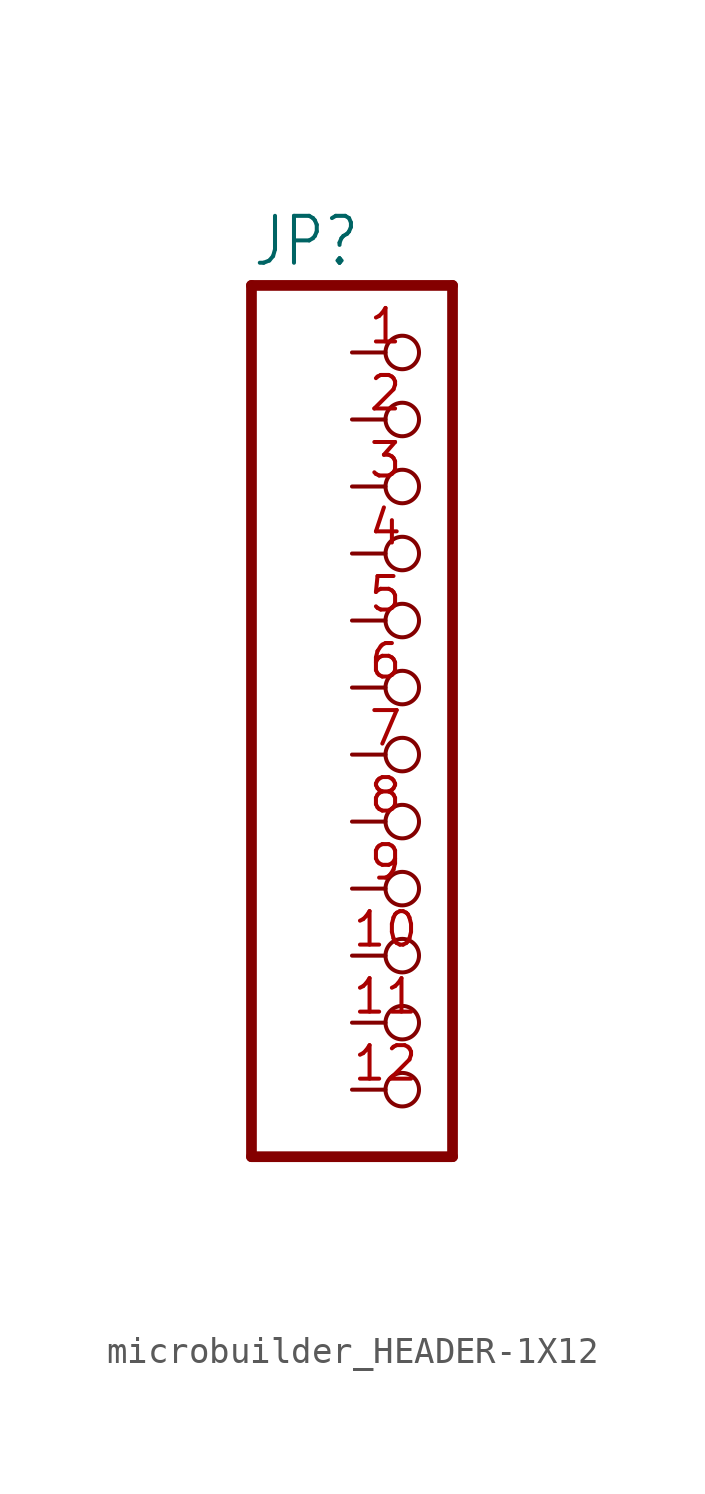
<source format=kicad_sym>
(kicad_symbol_lib
  (version 20231120)
  (generator "kicad_symbol_editor")
  (generator_version "8.0")
  (symbol "microbuilder_HEADER-1X12"
    (property "Reference" "JP"
      (at -6.35 18.415 0)
      (effects (font (size 1.778 1.511)) (justify left bottom)))
    (property "Value" ""
      (at -6.35 -17.78 0)
      (effects (font (size 1.778 1.511)) (justify left bottom)))
    (property "ki_locked" ""
      (at 0 0 0)
      (effects (font (size 1.27 1.27))))
    (symbol "microbuilder_HEADER-1X12_1_0"
      (polyline (pts (xy -6.35 -15.24) (xy 1.27 -15.24)) (stroke (width 0.406) (type solid)) (fill (type none)))
      (polyline (pts (xy -6.35 17.78) (xy -6.35 -15.24)) (stroke (width 0.406) (type solid)) (fill (type none)))
      (polyline (pts (xy 1.27 -15.24) (xy 1.27 17.78)) (stroke (width 0.406) (type solid)) (fill (type none)))
      (polyline (pts (xy 1.27 17.78) (xy -6.35 17.78)) (stroke (width 0.406) (type solid)) (fill (type none)))
      (pin passive inverted (at -2.54 15.24 0) (length 2.54) (name "1" (effects (font (size 0 0)))) (number "1" (effects (font (size 1.27 1.27)))))
      (pin passive inverted (at -2.54 -7.62 0) (length 2.54) (name "10" (effects (font (size 0 0)))) (number "10" (effects (font (size 1.27 1.27)))))
      (pin passive inverted (at -2.54 -10.16 0) (length 2.54) (name "11" (effects (font (size 0 0)))) (number "11" (effects (font (size 1.27 1.27)))))
      (pin passive inverted (at -2.54 -12.7 0) (length 2.54) (name "12" (effects (font (size 0 0)))) (number "12" (effects (font (size 1.27 1.27)))))
      (pin passive inverted (at -2.54 12.7 0) (length 2.54) (name "2" (effects (font (size 0 0)))) (number "2" (effects (font (size 1.27 1.27)))))
      (pin passive inverted (at -2.54 10.16 0) (length 2.54) (name "3" (effects (font (size 0 0)))) (number "3" (effects (font (size 1.27 1.27)))))
      (pin passive inverted (at -2.54 7.62 0) (length 2.54) (name "4" (effects (font (size 0 0)))) (number "4" (effects (font (size 1.27 1.27)))))
      (pin passive inverted (at -2.54 5.08 0) (length 2.54) (name "5" (effects (font (size 0 0)))) (number "5" (effects (font (size 1.27 1.27)))))
      (pin passive inverted (at -2.54 2.54 0) (length 2.54) (name "6" (effects (font (size 0 0)))) (number "6" (effects (font (size 1.27 1.27)))))
      (pin passive inverted (at -2.54 0 0) (length 2.54) (name "7" (effects (font (size 0 0)))) (number "7" (effects (font (size 1.27 1.27)))))
      (pin passive inverted (at -2.54 -2.54 0) (length 2.54) (name "8" (effects (font (size 0 0)))) (number "8" (effects (font (size 1.27 1.27)))))
      (pin passive inverted (at -2.54 -5.08 0) (length 2.54) (name "9" (effects (font (size 0 0)))) (number "9" (effects (font (size 1.27 1.27))))))))
</source>
